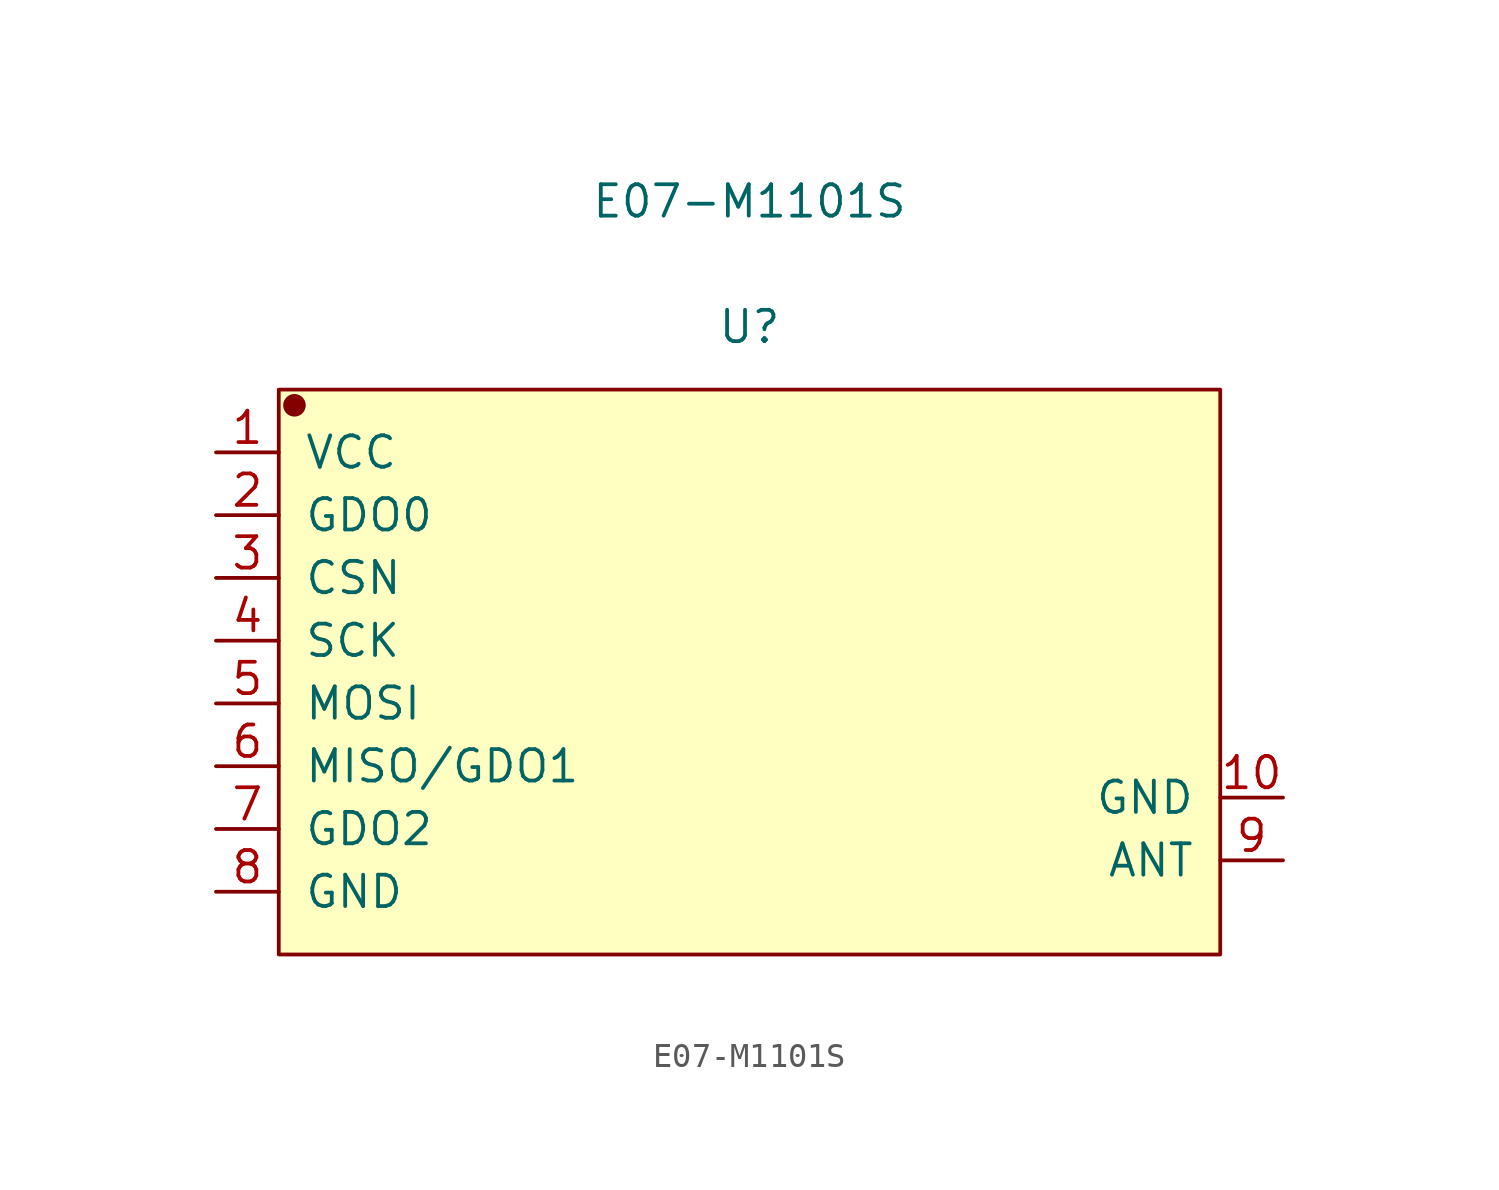
<source format=kicad_sym>
(kicad_symbol_lib
  (version 20211014)
  (generator kicad_symbol_editor)
  (symbol "E07-M1101S"
    (pin_names
      (offset 1.016))
    (property "Reference" "U"
      (at 0 13.97 0)
      (effects (font (size 1.27 1.27))))
    (property "Value" "E07-M1101S"
      (at 0 19.05 0)
      (effects (font (size 1.27 1.27))))
    (symbol "E07-M1101S_1_1"
      (rectangle (start -19.05 11.43) (end 19.05 -11.43) (stroke (width 0.152) (type default) (color 0 0 0 0)) (fill (type background)))
      (circle (center -18.415 10.795) (radius 0.381) (stroke (width 0.152) (type default) (color 0 0 0 0)) (fill (type outline)))
      (pin input line (at -21.59 8.89 0) (length 2.54) (name "VCC" (effects (font (size 1.27 1.27)))) (number "1" (effects (font (size 1.27 1.27)))))
      (pin input line (at 21.59 -5.08 180) (length 2.54) (name "GND" (effects (font (size 1.27 1.27)))) (number "10" (effects (font (size 1.27 1.27)))))
      (pin input line (at -21.59 6.35 0) (length 2.54) (name "GDO0" (effects (font (size 1.27 1.27)))) (number "2" (effects (font (size 1.27 1.27)))))
      (pin input line (at -21.59 3.81 0) (length 2.54) (name "CSN" (effects (font (size 1.27 1.27)))) (number "3" (effects (font (size 1.27 1.27)))))
      (pin input line (at -21.59 1.27 0) (length 2.54) (name "SCK" (effects (font (size 1.27 1.27)))) (number "4" (effects (font (size 1.27 1.27)))))
      (pin input line (at -21.59 -1.27 0) (length 2.54) (name "MOSI" (effects (font (size 1.27 1.27)))) (number "5" (effects (font (size 1.27 1.27)))))
      (pin input line (at -21.59 -3.81 0) (length 2.54) (name "MISO/GDO1" (effects (font (size 1.27 1.27)))) (number "6" (effects (font (size 1.27 1.27)))))
      (pin input line (at -21.59 -6.35 0) (length 2.54) (name "GDO2" (effects (font (size 1.27 1.27)))) (number "7" (effects (font (size 1.27 1.27)))))
      (pin input line (at -21.59 -8.89 0) (length 2.54) (name "GND" (effects (font (size 1.27 1.27)))) (number "8" (effects (font (size 1.27 1.27)))))
      (pin input line (at 21.59 -7.62 180) (length 2.54) (name "ANT" (effects (font (size 1.27 1.27)))) (number "9" (effects (font (size 1.27 1.27))))))))
</source>
